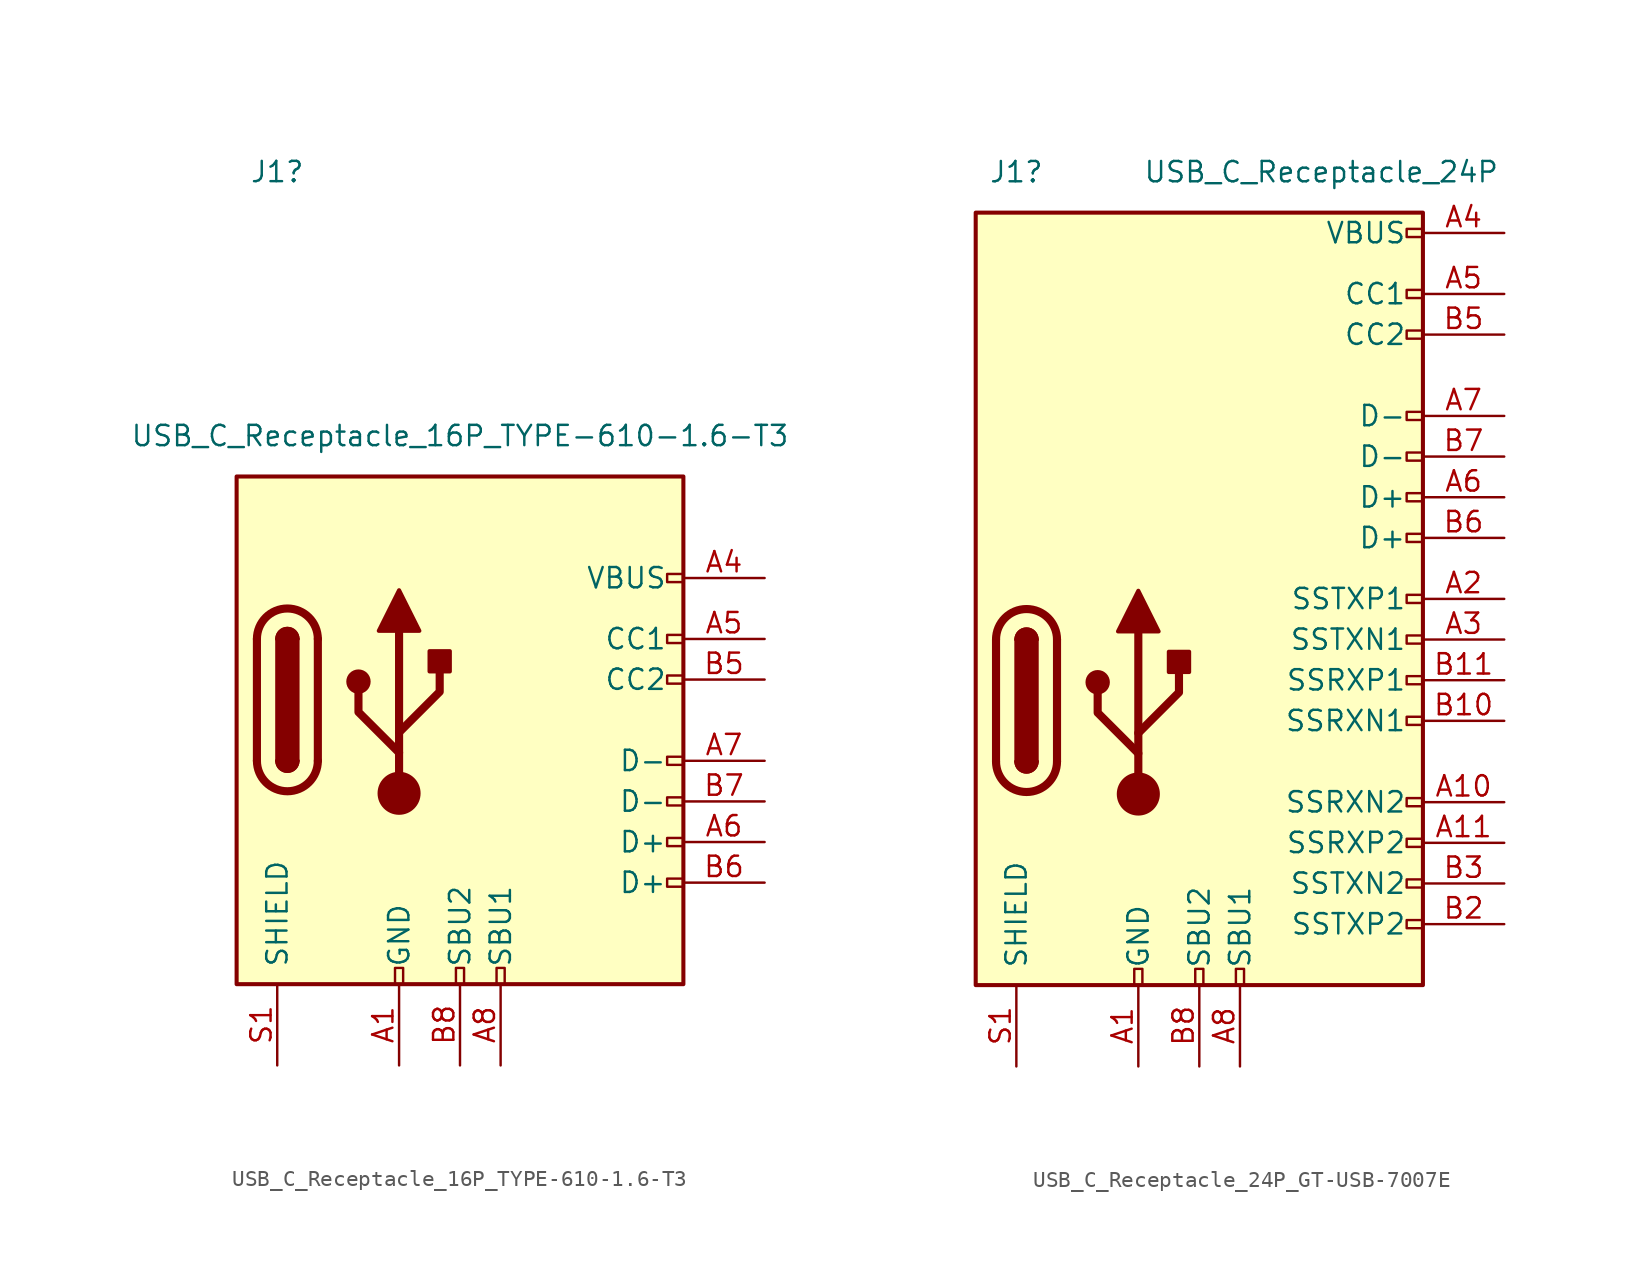
<source format=kicad_sym>
(kicad_symbol_lib
  (version 20220914)
  (generator kicad_symbol_editor)
  (symbol "USB_C_Receptacle_16P_TYPE-610-1.6-T3"
    (pin_names
      (offset 1.016))
    (property "Reference" "J1"
      (at -7.62 33.02 0)
      (effects (font (size 1.27 1.27))))
    (property "Value" "USB_C_Receptacle_16P_TYPE-610-1.6-T3"
      (at 3.81 16.51 0)
      (effects (font (size 1.27 1.27))))
    (symbol "USB_C_Receptacle_16P_TYPE-610-1.6-T3_0_0"
      (rectangle (start -0.254 -17.78) (end 0.254 -16.764) (stroke (width 0) (type default)) (fill (type none)))
      (rectangle (start 4.064 -17.78) (end 3.556 -16.764) (stroke (width 0) (type default)) (fill (type none)))
      (rectangle (start 6.604 -17.78) (end 6.096 -16.764) (stroke (width 0) (type default)) (fill (type none)))
      (rectangle (start 17.78 -11.176) (end 16.764 -11.684) (stroke (width 0) (type default)) (fill (type none)))
      (rectangle (start 17.78 -8.636) (end 16.764 -9.144) (stroke (width 0) (type default)) (fill (type none)))
      (rectangle (start 17.78 -6.096) (end 16.764 -6.604) (stroke (width 0) (type default)) (fill (type none)))
      (rectangle (start 17.78 -3.556) (end 16.764 -4.064) (stroke (width 0) (type default)) (fill (type none)))
      (rectangle (start 17.78 1.524) (end 16.764 1.016) (stroke (width 0) (type default)) (fill (type none)))
      (rectangle (start 17.78 4.064) (end 16.764 3.556) (stroke (width 0) (type default)) (fill (type none)))
      (rectangle (start 17.78 7.874) (end 16.764 7.366) (stroke (width 0) (type default)) (fill (type none))))
    (symbol "USB_C_Receptacle_16P_TYPE-610-1.6-T3_0_1"
      (rectangle (start -10.16 13.97) (end 17.78 -17.78) (stroke (width 0.254) (type default)) (fill (type background)))
      (arc (start -8.89 -3.81) (mid -6.985 -5.7067) (end -5.08 -3.81) (stroke (width 0.508) (type default)) (fill (type none)))
      (arc (start -7.62 -3.81) (mid -6.985 -4.4423) (end -6.35 -3.81) (stroke (width 0.254) (type default)) (fill (type none)))
      (arc (start -7.62 -3.81) (mid -6.985 -4.4423) (end -6.35 -3.81) (stroke (width 0.254) (type default)) (fill (type outline)))
      (rectangle (start -7.62 -3.81) (end -6.35 3.81) (stroke (width 0.254) (type default)) (fill (type outline)))
      (arc (start -6.35 3.81) (mid -6.985 4.4423) (end -7.62 3.81) (stroke (width 0.254) (type default)) (fill (type none)))
      (arc (start -6.35 3.81) (mid -6.985 4.4423) (end -7.62 3.81) (stroke (width 0.254) (type default)) (fill (type outline)))
      (arc (start -5.08 3.81) (mid -6.985 5.7067) (end -8.89 3.81) (stroke (width 0.508) (type default)) (fill (type none)))
      (circle (center -2.54 1.143) (radius 0.635) (stroke (width 0.254) (type default)) (fill (type outline)))
      (circle (center 0 -5.842) (radius 1.27) (stroke (width 0) (type default)) (fill (type outline)))
      (polyline (pts (xy -8.89 -3.81) (xy -8.89 3.81)) (stroke (width 0.508) (type default)) (fill (type none)))
      (polyline (pts (xy -5.08 3.81) (xy -5.08 -3.81)) (stroke (width 0.508) (type default)) (fill (type none)))
      (polyline (pts (xy 0 -5.842) (xy 0 4.318)) (stroke (width 0.508) (type default)) (fill (type none)))
      (polyline (pts (xy 0 -3.302) (xy -2.54 -0.762) (xy -2.54 0.508)) (stroke (width 0.508) (type default)) (fill (type none)))
      (polyline (pts (xy 0 -2.032) (xy 2.54 0.508) (xy 2.54 1.778)) (stroke (width 0.508) (type default)) (fill (type none)))
      (polyline (pts (xy -1.27 4.318) (xy 0 6.858) (xy 1.27 4.318) (xy -1.27 4.318)) (stroke (width 0.254) (type default)) (fill (type outline)))
      (rectangle (start 1.905 1.778) (end 3.175 3.048) (stroke (width 0.254) (type default)) (fill (type outline))))
    (symbol "USB_C_Receptacle_16P_TYPE-610-1.6-T3_1_1"
      (pin passive line (at 0 -22.86 90) (length 5.08) (name "GND" (effects (font (size 1.27 1.27)))) (number "A1" (effects (font (size 1.27 1.27)))))
      (pin passive line (at 0 -22.86 90) (length 5.08) hide (name "GND" (effects (font (size 1.27 1.27)))) (number "A12" (effects (font (size 1.27 1.27)))))
      (pin passive line (at 22.86 7.62 180) (length 5.08) (name "VBUS" (effects (font (size 1.27 1.27)))) (number "A4" (effects (font (size 1.27 1.27)))))
      (pin bidirectional line (at 22.86 3.81 180) (length 5.08) (name "CC1" (effects (font (size 1.27 1.27)))) (number "A5" (effects (font (size 1.27 1.27)))))
      (pin bidirectional line (at 22.86 -8.89 180) (length 5.08) (name "D+" (effects (font (size 1.27 1.27)))) (number "A6" (effects (font (size 1.27 1.27)))))
      (pin bidirectional line (at 22.86 -3.81 180) (length 5.08) (name "D-" (effects (font (size 1.27 1.27)))) (number "A7" (effects (font (size 1.27 1.27)))))
      (pin bidirectional line (at 6.35 -22.86 90) (length 5.08) (name "SBU1" (effects (font (size 1.27 1.27)))) (number "A8" (effects (font (size 1.27 1.27)))))
      (pin passive line (at 22.86 7.62 180) (length 5.08) hide (name "VBUS" (effects (font (size 1.27 1.27)))) (number "A9" (effects (font (size 1.27 1.27)))))
      (pin passive line (at 0 -22.86 90) (length 5.08) hide (name "GND" (effects (font (size 1.27 1.27)))) (number "B1" (effects (font (size 1.27 1.27)))))
      (pin passive line (at 0 -22.86 90) (length 5.08) hide (name "GND" (effects (font (size 1.27 1.27)))) (number "B12" (effects (font (size 1.27 1.27)))))
      (pin passive line (at 22.86 7.62 180) (length 5.08) hide (name "VBUS" (effects (font (size 1.27 1.27)))) (number "B4" (effects (font (size 1.27 1.27)))))
      (pin bidirectional line (at 22.86 1.27 180) (length 5.08) (name "CC2" (effects (font (size 1.27 1.27)))) (number "B5" (effects (font (size 1.27 1.27)))))
      (pin bidirectional line (at 22.86 -11.43 180) (length 5.08) (name "D+" (effects (font (size 1.27 1.27)))) (number "B6" (effects (font (size 1.27 1.27)))))
      (pin bidirectional line (at 22.86 -6.35 180) (length 5.08) (name "D-" (effects (font (size 1.27 1.27)))) (number "B7" (effects (font (size 1.27 1.27)))))
      (pin bidirectional line (at 3.81 -22.86 90) (length 5.08) (name "SBU2" (effects (font (size 1.27 1.27)))) (number "B8" (effects (font (size 1.27 1.27)))))
      (pin passive line (at 22.86 7.62 180) (length 5.08) hide (name "VBUS" (effects (font (size 1.27 1.27)))) (number "B9" (effects (font (size 1.27 1.27)))))
      (pin passive line (at -7.62 -22.86 90) (length 5.08) (name "SHIELD" (effects (font (size 1.27 1.27)))) (number "S1" (effects (font (size 1.27 1.27)))))))
  (symbol "USB_C_Receptacle_24P_GT-USB-7007E"
    (pin_names
      (offset 1.016))
    (property "Reference" "J1"
      (at -7.62 33.02 0)
      (effects (font (size 1.27 1.27))))
    (property "Value" "USB_C_Receptacle_24P"
      (at 11.43 33.02 0)
      (effects (font (size 1.27 1.27))))
    (symbol "USB_C_Receptacle_24P_GT-USB-7007E_0_0"
      (rectangle (start -0.254 -17.78) (end 0.254 -16.764) (stroke (width 0) (type default)) (fill (type none)))
      (rectangle (start 4.064 -17.78) (end 3.556 -16.764) (stroke (width 0) (type default)) (fill (type none)))
      (rectangle (start 6.604 -17.78) (end 6.096 -16.764) (stroke (width 0) (type default)) (fill (type none)))
      (rectangle (start 16.764 -13.716) (end 17.78 -14.224) (stroke (width 0) (type default)) (fill (type none)))
      (rectangle (start 16.764 -11.176) (end 17.78 -11.684) (stroke (width 0) (type default)) (fill (type none)))
      (rectangle (start 16.764 -8.636) (end 17.78 -9.144) (stroke (width 0) (type default)) (fill (type none)))
      (rectangle (start 16.764 -6.096) (end 17.78 -6.604) (stroke (width 0) (type default)) (fill (type none)))
      (rectangle (start 17.78 -1.016) (end 16.764 -1.524) (stroke (width 0) (type default)) (fill (type none)))
      (rectangle (start 17.78 1.524) (end 16.764 1.016) (stroke (width 0) (type default)) (fill (type none)))
      (rectangle (start 17.78 4.064) (end 16.764 3.556) (stroke (width 0) (type default)) (fill (type none)))
      (rectangle (start 17.78 6.604) (end 16.764 6.096) (stroke (width 0) (type default)) (fill (type none)))
      (rectangle (start 17.78 10.414) (end 16.764 9.906) (stroke (width 0) (type default)) (fill (type none)))
      (rectangle (start 17.78 12.954) (end 16.764 12.446) (stroke (width 0) (type default)) (fill (type none)))
      (rectangle (start 17.78 15.494) (end 16.764 14.986) (stroke (width 0) (type default)) (fill (type none)))
      (rectangle (start 17.78 18.034) (end 16.764 17.526) (stroke (width 0) (type default)) (fill (type none)))
      (rectangle (start 17.78 23.114) (end 16.764 22.606) (stroke (width 0) (type default)) (fill (type none)))
      (rectangle (start 17.78 25.654) (end 16.764 25.146) (stroke (width 0) (type default)) (fill (type none)))
      (rectangle (start 17.78 29.464) (end 16.764 28.956) (stroke (width 0) (type default)) (fill (type none))))
    (symbol "USB_C_Receptacle_24P_GT-USB-7007E_0_1"
      (rectangle (start -10.16 30.48) (end 17.78 -17.78) (stroke (width 0.254) (type default)) (fill (type background)))
      (arc (start -8.89 -3.81) (mid -6.985 -5.7067) (end -5.08 -3.81) (stroke (width 0.508) (type default)) (fill (type none)))
      (arc (start -7.62 -3.81) (mid -6.985 -4.4423) (end -6.35 -3.81) (stroke (width 0.254) (type default)) (fill (type none)))
      (arc (start -7.62 -3.81) (mid -6.985 -4.4423) (end -6.35 -3.81) (stroke (width 0.254) (type default)) (fill (type outline)))
      (rectangle (start -7.62 -3.81) (end -6.35 3.81) (stroke (width 0.254) (type default)) (fill (type outline)))
      (arc (start -6.35 3.81) (mid -6.985 4.4423) (end -7.62 3.81) (stroke (width 0.254) (type default)) (fill (type none)))
      (arc (start -6.35 3.81) (mid -6.985 4.4423) (end -7.62 3.81) (stroke (width 0.254) (type default)) (fill (type outline)))
      (arc (start -5.08 3.81) (mid -6.985 5.7067) (end -8.89 3.81) (stroke (width 0.508) (type default)) (fill (type none)))
      (circle (center -2.54 1.143) (radius 0.635) (stroke (width 0.254) (type default)) (fill (type outline)))
      (circle (center 0 -5.842) (radius 1.27) (stroke (width 0) (type default)) (fill (type outline)))
      (polyline (pts (xy -8.89 -3.81) (xy -8.89 3.81)) (stroke (width 0.508) (type default)) (fill (type none)))
      (polyline (pts (xy -5.08 3.81) (xy -5.08 -3.81)) (stroke (width 0.508) (type default)) (fill (type none)))
      (polyline (pts (xy 0 -5.842) (xy 0 4.318)) (stroke (width 0.508) (type default)) (fill (type none)))
      (polyline (pts (xy 0 -3.302) (xy -2.54 -0.762) (xy -2.54 0.508)) (stroke (width 0.508) (type default)) (fill (type none)))
      (polyline (pts (xy 0 -2.032) (xy 2.54 0.508) (xy 2.54 1.778)) (stroke (width 0.508) (type default)) (fill (type none)))
      (polyline (pts (xy -1.27 4.318) (xy 0 6.858) (xy 1.27 4.318) (xy -1.27 4.318)) (stroke (width 0.254) (type default)) (fill (type outline)))
      (rectangle (start 1.905 1.778) (end 3.175 3.048) (stroke (width 0.254) (type default)) (fill (type outline))))
    (symbol "USB_C_Receptacle_24P_GT-USB-7007E_1_1"
      (pin passive line (at 0 -22.86 90) (length 5.08) (name "GND" (effects (font (size 1.27 1.27)))) (number "A1" (effects (font (size 1.27 1.27)))))
      (pin bidirectional line (at 22.86 -6.35 180) (length 5.08) (name "SSRXN2" (effects (font (size 1.27 1.27)))) (number "A10" (effects (font (size 1.27 1.27)))))
      (pin bidirectional line (at 22.86 -8.89 180) (length 5.08) (name "SSRXP2" (effects (font (size 1.27 1.27)))) (number "A11" (effects (font (size 1.27 1.27)))))
      (pin passive line (at 0 -22.86 90) (length 5.08) hide (name "GND" (effects (font (size 1.27 1.27)))) (number "A12" (effects (font (size 1.27 1.27)))))
      (pin bidirectional line (at 22.86 6.35 180) (length 5.08) (name "SSTXP1" (effects (font (size 1.27 1.27)))) (number "A2" (effects (font (size 1.27 1.27)))))
      (pin bidirectional line (at 22.86 3.81 180) (length 5.08) (name "SSTXN1" (effects (font (size 1.27 1.27)))) (number "A3" (effects (font (size 1.27 1.27)))))
      (pin passive line (at 22.86 29.21 180) (length 5.08) (name "VBUS" (effects (font (size 1.27 1.27)))) (number "A4" (effects (font (size 1.27 1.27)))))
      (pin bidirectional line (at 22.86 25.4 180) (length 5.08) (name "CC1" (effects (font (size 1.27 1.27)))) (number "A5" (effects (font (size 1.27 1.27)))))
      (pin bidirectional line (at 22.86 12.7 180) (length 5.08) (name "D+" (effects (font (size 1.27 1.27)))) (number "A6" (effects (font (size 1.27 1.27)))))
      (pin bidirectional line (at 22.86 17.78 180) (length 5.08) (name "D-" (effects (font (size 1.27 1.27)))) (number "A7" (effects (font (size 1.27 1.27)))))
      (pin bidirectional line (at 6.35 -22.86 90) (length 5.08) (name "SBU1" (effects (font (size 1.27 1.27)))) (number "A8" (effects (font (size 1.27 1.27)))))
      (pin passive line (at 22.86 29.21 180) (length 5.08) hide (name "VBUS" (effects (font (size 1.27 1.27)))) (number "A9" (effects (font (size 1.27 1.27)))))
      (pin passive line (at 0 -22.86 90) (length 5.08) hide (name "GND" (effects (font (size 1.27 1.27)))) (number "B1" (effects (font (size 1.27 1.27)))))
      (pin bidirectional line (at 22.86 -1.27 180) (length 5.08) (name "SSRXN1" (effects (font (size 1.27 1.27)))) (number "B10" (effects (font (size 1.27 1.27)))))
      (pin bidirectional line (at 22.86 1.27 180) (length 5.08) (name "SSRXP1" (effects (font (size 1.27 1.27)))) (number "B11" (effects (font (size 1.27 1.27)))))
      (pin passive line (at 0 -22.86 90) (length 5.08) hide (name "GND" (effects (font (size 1.27 1.27)))) (number "B12" (effects (font (size 1.27 1.27)))))
      (pin bidirectional line (at 22.86 -13.97 180) (length 5.08) (name "SSTXP2" (effects (font (size 1.27 1.27)))) (number "B2" (effects (font (size 1.27 1.27)))))
      (pin bidirectional line (at 22.86 -11.43 180) (length 5.08) (name "SSTXN2" (effects (font (size 1.27 1.27)))) (number "B3" (effects (font (size 1.27 1.27)))))
      (pin passive line (at 22.86 29.21 180) (length 5.08) hide (name "VBUS" (effects (font (size 1.27 1.27)))) (number "B4" (effects (font (size 1.27 1.27)))))
      (pin bidirectional line (at 22.86 22.86 180) (length 5.08) (name "CC2" (effects (font (size 1.27 1.27)))) (number "B5" (effects (font (size 1.27 1.27)))))
      (pin bidirectional line (at 22.86 10.16 180) (length 5.08) (name "D+" (effects (font (size 1.27 1.27)))) (number "B6" (effects (font (size 1.27 1.27)))))
      (pin bidirectional line (at 22.86 15.24 180) (length 5.08) (name "D-" (effects (font (size 1.27 1.27)))) (number "B7" (effects (font (size 1.27 1.27)))))
      (pin bidirectional line (at 3.81 -22.86 90) (length 5.08) (name "SBU2" (effects (font (size 1.27 1.27)))) (number "B8" (effects (font (size 1.27 1.27)))))
      (pin passive line (at 22.86 29.21 180) (length 5.08) hide (name "VBUS" (effects (font (size 1.27 1.27)))) (number "B9" (effects (font (size 1.27 1.27)))))
      (pin passive line (at -7.62 -22.86 90) (length 5.08) (name "SHIELD" (effects (font (size 1.27 1.27)))) (number "S1" (effects (font (size 1.27 1.27))))))))
</source>
